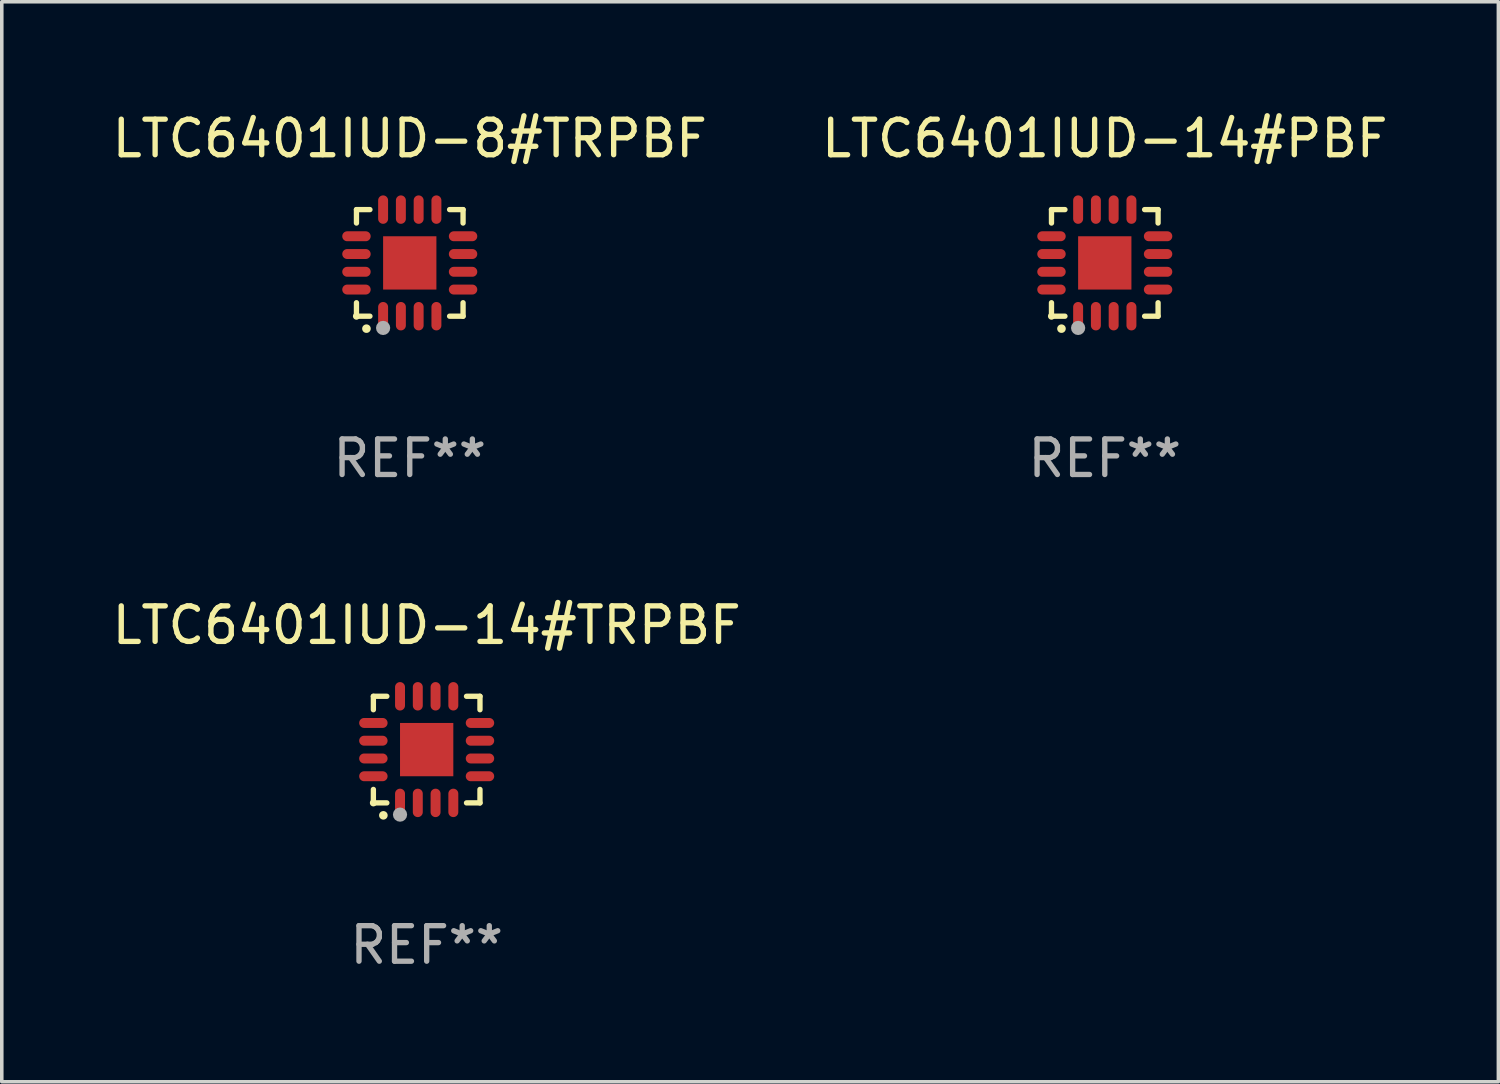
<source format=kicad_pcb>
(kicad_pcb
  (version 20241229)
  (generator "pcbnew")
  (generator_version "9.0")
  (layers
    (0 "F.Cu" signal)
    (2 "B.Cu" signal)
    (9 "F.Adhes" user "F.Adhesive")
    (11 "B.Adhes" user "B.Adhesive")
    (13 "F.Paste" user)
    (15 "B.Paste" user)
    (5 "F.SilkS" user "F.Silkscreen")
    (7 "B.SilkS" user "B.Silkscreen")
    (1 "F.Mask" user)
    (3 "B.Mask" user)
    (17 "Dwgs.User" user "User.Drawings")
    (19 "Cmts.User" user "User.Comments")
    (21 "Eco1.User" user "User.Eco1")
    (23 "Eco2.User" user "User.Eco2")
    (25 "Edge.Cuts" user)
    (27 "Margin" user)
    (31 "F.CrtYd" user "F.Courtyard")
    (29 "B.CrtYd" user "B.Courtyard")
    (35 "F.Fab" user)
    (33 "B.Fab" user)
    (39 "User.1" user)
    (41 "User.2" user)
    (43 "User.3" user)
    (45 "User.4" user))
  (footprint "LTC6401IUD-14#PBF"
    (layer "F.Cu")
    (at 28.042 4.349)
    (property "Reference" "LTC6401IUD-14#PBF" (at 0 -3.5 0) (layer "F.SilkS") (effects (font (size 1 1) (thickness 0.15))))
    (attr through_hole)
    (fp_line (start -1.5 -1.5) (end -1.121 -1.5) (stroke (width 0.15) (type solid)) (layer "F.SilkS"))
    (fp_line (start -1.5 -1.122) (end -1.5 -1.5) (stroke (width 0.15) (type solid)) (layer "F.SilkS"))
    (fp_line (start -1.5 1.5) (end -1.5 1.121) (stroke (width 0.15) (type solid)) (layer "F.SilkS"))
    (fp_line (start -1.121 1.5) (end -1.5 1.5) (stroke (width 0.15) (type solid)) (layer "F.SilkS"))
    (fp_line (start 1.121 -1.5) (end 1.5 -1.5) (stroke (width 0.15) (type solid)) (layer "F.SilkS"))
    (fp_line (start 1.5 -1.5) (end 1.5 -1.122) (stroke (width 0.15) (type solid)) (layer "F.SilkS"))
    (fp_line (start 1.5 1.121) (end 1.5 1.5) (stroke (width 0.15) (type solid)) (layer "F.SilkS"))
    (fp_line (start 1.5 1.5) (end 1.121 1.5) (stroke (width 0.15) (type solid)) (layer "F.SilkS"))
    (fp_arc (start -1.219926 1.850254) (mid -1.21891 1.85025) (end -1.217894 1.850254) (stroke (width 0.240005) (type solid)) (layer "F.SilkS"))
    (fp_circle (center -1.5 1.5) (end -1.45 1.5) (stroke (width 0.1) (type solid)) (fill no) (layer "F.SilkS"))
    (fp_circle (center -0.75 1.83) (end -0.65 1.83) (stroke (width 0.2) (type solid)) (fill no) (layer "F.Fab"))
    (fp_text user "REF**" (at 0 5.5 0) (layer "F.Fab") (effects (font (size 1 1) (thickness 0.15))))
    (pad "1" smd oval (at -0.75 1.5) (size 0.28 0.8) (layers "F.Cu" "F.Mask" "F.Paste"))
    (pad "2" smd oval (at -0.25 1.5) (size 0.28 0.8) (layers "F.Cu" "F.Mask" "F.Paste"))
    (pad "3" smd oval (at 0.25 1.5) (size 0.28 0.8) (layers "F.Cu" "F.Mask" "F.Paste"))
    (pad "4" smd oval (at 0.75 1.5) (size 0.28 0.8) (layers "F.Cu" "F.Mask" "F.Paste"))
    (pad "5" smd oval (at 1.5 0.75) (size 0.8 0.28) (layers "F.Cu" "F.Mask" "F.Paste"))
    (pad "6" smd oval (at 1.5 0.25) (size 0.8 0.28) (layers "F.Cu" "F.Mask" "F.Paste"))
    (pad "7" smd oval (at 1.5 -0.25) (size 0.8 0.28) (layers "F.Cu" "F.Mask" "F.Paste"))
    (pad "8" smd oval (at 1.5 -0.75) (size 0.8 0.28) (layers "F.Cu" "F.Mask" "F.Paste"))
    (pad "9" smd oval (at 0.75 -1.5) (size 0.28 0.8) (layers "F.Cu" "F.Mask" "F.Paste"))
    (pad "10" smd oval (at 0.25 -1.5) (size 0.28 0.8) (layers "F.Cu" "F.Mask" "F.Paste"))
    (pad "11" smd oval (at -0.25 -1.5) (size 0.28 0.8) (layers "F.Cu" "F.Mask" "F.Paste"))
    (pad "12" smd oval (at -0.75 -1.5) (size 0.28 0.8) (layers "F.Cu" "F.Mask" "F.Paste"))
    (pad "13" smd oval (at -1.5 -0.75) (size 0.8 0.28) (layers "F.Cu" "F.Mask" "F.Paste"))
    (pad "14" smd oval (at -1.5 -0.25) (size 0.8 0.28) (layers "F.Cu" "F.Mask" "F.Paste"))
    (pad "15" smd oval (at -1.5 0.25) (size 0.8 0.28) (layers "F.Cu" "F.Mask" "F.Paste"))
    (pad "16" smd oval (at -1.5 0.75) (size 0.8 0.28) (layers "F.Cu" "F.Mask" "F.Paste"))
    (pad "17" smd rect (at -0.000064 0.000165) (size 1.5 1.5) (layers "F.Cu" "F.Mask" "F.Paste")))
  (footprint "LTC6401IUD-14#TRPBF"
    (layer "F.Cu")
    (at 8.958 18.046)
    (property "Reference" "LTC6401IUD-14#TRPBF" (at 0 -3.5 0) (layer "F.SilkS") (effects (font (size 1 1) (thickness 0.15))))
    (attr through_hole)
    (fp_line (start -1.5 -1.5) (end -1.121 -1.5) (stroke (width 0.15) (type solid)) (layer "F.SilkS"))
    (fp_line (start -1.5 -1.122) (end -1.5 -1.5) (stroke (width 0.15) (type solid)) (layer "F.SilkS"))
    (fp_line (start -1.5 1.5) (end -1.5 1.121) (stroke (width 0.15) (type solid)) (layer "F.SilkS"))
    (fp_line (start -1.121 1.5) (end -1.5 1.5) (stroke (width 0.15) (type solid)) (layer "F.SilkS"))
    (fp_line (start 1.121 -1.5) (end 1.5 -1.5) (stroke (width 0.15) (type solid)) (layer "F.SilkS"))
    (fp_line (start 1.5 -1.5) (end 1.5 -1.122) (stroke (width 0.15) (type solid)) (layer "F.SilkS"))
    (fp_line (start 1.5 1.121) (end 1.5 1.5) (stroke (width 0.15) (type solid)) (layer "F.SilkS"))
    (fp_line (start 1.5 1.5) (end 1.121 1.5) (stroke (width 0.15) (type solid)) (layer "F.SilkS"))
    (fp_arc (start -1.219926 1.850254) (mid -1.21891 1.85025) (end -1.217894 1.850254) (stroke (width 0.240005) (type solid)) (layer "F.SilkS"))
    (fp_circle (center -1.5 1.5) (end -1.45 1.5) (stroke (width 0.1) (type solid)) (fill no) (layer "F.SilkS"))
    (fp_circle (center -0.75 1.83) (end -0.65 1.83) (stroke (width 0.2) (type solid)) (fill no) (layer "F.Fab"))
    (fp_text user "REF**" (at 0 5.5 0) (layer "F.Fab") (effects (font (size 1 1) (thickness 0.15))))
    (pad "1" smd oval (at -0.75 1.5) (size 0.28 0.8) (layers "F.Cu" "F.Mask" "F.Paste"))
    (pad "2" smd oval (at -0.25 1.5) (size 0.28 0.8) (layers "F.Cu" "F.Mask" "F.Paste"))
    (pad "3" smd oval (at 0.25 1.5) (size 0.28 0.8) (layers "F.Cu" "F.Mask" "F.Paste"))
    (pad "4" smd oval (at 0.75 1.5) (size 0.28 0.8) (layers "F.Cu" "F.Mask" "F.Paste"))
    (pad "5" smd oval (at 1.5 0.75) (size 0.8 0.28) (layers "F.Cu" "F.Mask" "F.Paste"))
    (pad "6" smd oval (at 1.5 0.25) (size 0.8 0.28) (layers "F.Cu" "F.Mask" "F.Paste"))
    (pad "7" smd oval (at 1.5 -0.25) (size 0.8 0.28) (layers "F.Cu" "F.Mask" "F.Paste"))
    (pad "8" smd oval (at 1.5 -0.75) (size 0.8 0.28) (layers "F.Cu" "F.Mask" "F.Paste"))
    (pad "9" smd oval (at 0.75 -1.5) (size 0.28 0.8) (layers "F.Cu" "F.Mask" "F.Paste"))
    (pad "10" smd oval (at 0.25 -1.5) (size 0.28 0.8) (layers "F.Cu" "F.Mask" "F.Paste"))
    (pad "11" smd oval (at -0.25 -1.5) (size 0.28 0.8) (layers "F.Cu" "F.Mask" "F.Paste"))
    (pad "12" smd oval (at -0.75 -1.5) (size 0.28 0.8) (layers "F.Cu" "F.Mask" "F.Paste"))
    (pad "13" smd oval (at -1.5 -0.75) (size 0.8 0.28) (layers "F.Cu" "F.Mask" "F.Paste"))
    (pad "14" smd oval (at -1.5 -0.25) (size 0.8 0.28) (layers "F.Cu" "F.Mask" "F.Paste"))
    (pad "15" smd oval (at -1.5 0.25) (size 0.8 0.28) (layers "F.Cu" "F.Mask" "F.Paste"))
    (pad "16" smd oval (at -1.5 0.75) (size 0.8 0.28) (layers "F.Cu" "F.Mask" "F.Paste"))
    (pad "17" smd rect (at -0.000064 0.000165) (size 1.5 1.5) (layers "F.Cu" "F.Mask" "F.Paste")))
  (footprint "LTC6401IUD-8#TRPBF"
    (layer "F.Cu")
    (at 8.482 4.349)
    (property "Reference" "LTC6401IUD-8#TRPBF" (at 0 -3.5 0) (layer "F.SilkS") (effects (font (size 1 1) (thickness 0.15))))
    (attr through_hole)
    (fp_line (start -1.5 -1.5) (end -1.121 -1.5) (stroke (width 0.15) (type solid)) (layer "F.SilkS"))
    (fp_line (start -1.5 -1.122) (end -1.5 -1.5) (stroke (width 0.15) (type solid)) (layer "F.SilkS"))
    (fp_line (start -1.5 1.5) (end -1.5 1.121) (stroke (width 0.15) (type solid)) (layer "F.SilkS"))
    (fp_line (start -1.121 1.5) (end -1.5 1.5) (stroke (width 0.15) (type solid)) (layer "F.SilkS"))
    (fp_line (start 1.121 -1.5) (end 1.5 -1.5) (stroke (width 0.15) (type solid)) (layer "F.SilkS"))
    (fp_line (start 1.5 -1.5) (end 1.5 -1.122) (stroke (width 0.15) (type solid)) (layer "F.SilkS"))
    (fp_line (start 1.5 1.121) (end 1.5 1.5) (stroke (width 0.15) (type solid)) (layer "F.SilkS"))
    (fp_line (start 1.5 1.5) (end 1.121 1.5) (stroke (width 0.15) (type solid)) (layer "F.SilkS"))
    (fp_arc (start -1.219926 1.850254) (mid -1.21891 1.85025) (end -1.217894 1.850254) (stroke (width 0.240005) (type solid)) (layer "F.SilkS"))
    (fp_circle (center -1.5 1.5) (end -1.45 1.5) (stroke (width 0.1) (type solid)) (fill no) (layer "F.SilkS"))
    (fp_circle (center -0.75 1.83) (end -0.65 1.83) (stroke (width 0.2) (type solid)) (fill no) (layer "F.Fab"))
    (fp_text user "REF**" (at 0 5.5 0) (layer "F.Fab") (effects (font (size 1 1) (thickness 0.15))))
    (pad "1" smd oval (at -0.75 1.5) (size 0.28 0.8) (layers "F.Cu" "F.Mask" "F.Paste"))
    (pad "2" smd oval (at -0.25 1.5) (size 0.28 0.8) (layers "F.Cu" "F.Mask" "F.Paste"))
    (pad "3" smd oval (at 0.25 1.5) (size 0.28 0.8) (layers "F.Cu" "F.Mask" "F.Paste"))
    (pad "4" smd oval (at 0.75 1.5) (size 0.28 0.8) (layers "F.Cu" "F.Mask" "F.Paste"))
    (pad "5" smd oval (at 1.5 0.75) (size 0.8 0.28) (layers "F.Cu" "F.Mask" "F.Paste"))
    (pad "6" smd oval (at 1.5 0.25) (size 0.8 0.28) (layers "F.Cu" "F.Mask" "F.Paste"))
    (pad "7" smd oval (at 1.5 -0.25) (size 0.8 0.28) (layers "F.Cu" "F.Mask" "F.Paste"))
    (pad "8" smd oval (at 1.5 -0.75) (size 0.8 0.28) (layers "F.Cu" "F.Mask" "F.Paste"))
    (pad "9" smd oval (at 0.75 -1.5) (size 0.28 0.8) (layers "F.Cu" "F.Mask" "F.Paste"))
    (pad "10" smd oval (at 0.25 -1.5) (size 0.28 0.8) (layers "F.Cu" "F.Mask" "F.Paste"))
    (pad "11" smd oval (at -0.25 -1.5) (size 0.28 0.8) (layers "F.Cu" "F.Mask" "F.Paste"))
    (pad "12" smd oval (at -0.75 -1.5) (size 0.28 0.8) (layers "F.Cu" "F.Mask" "F.Paste"))
    (pad "13" smd oval (at -1.5 -0.75) (size 0.8 0.28) (layers "F.Cu" "F.Mask" "F.Paste"))
    (pad "14" smd oval (at -1.5 -0.25) (size 0.8 0.28) (layers "F.Cu" "F.Mask" "F.Paste"))
    (pad "15" smd oval (at -1.5 0.25) (size 0.8 0.28) (layers "F.Cu" "F.Mask" "F.Paste"))
    (pad "16" smd oval (at -1.5 0.75) (size 0.8 0.28) (layers "F.Cu" "F.Mask" "F.Paste"))
    (pad "17" smd rect (at -0.000064 0.000165) (size 1.5 1.5) (layers "F.Cu" "F.Mask" "F.Paste")))
  (gr_rect
    (start -3 -3)
    (end 39.119 27.394)
    (stroke (width 0.1) (type default))
    (fill no)
    (layer "Edge.Cuts")))
</source>
